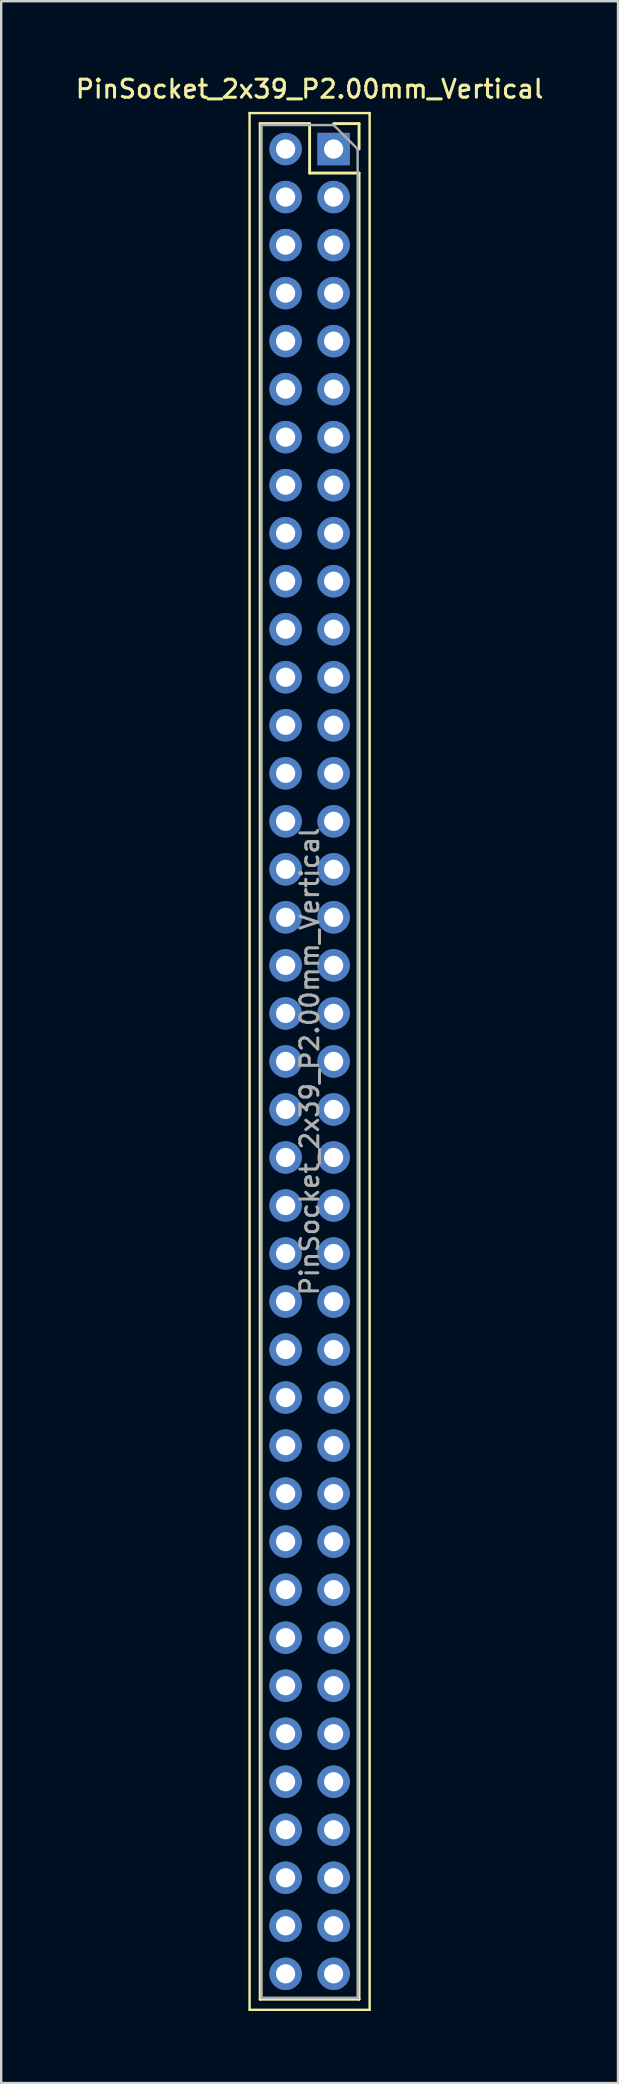
<source format=kicad_pcb>
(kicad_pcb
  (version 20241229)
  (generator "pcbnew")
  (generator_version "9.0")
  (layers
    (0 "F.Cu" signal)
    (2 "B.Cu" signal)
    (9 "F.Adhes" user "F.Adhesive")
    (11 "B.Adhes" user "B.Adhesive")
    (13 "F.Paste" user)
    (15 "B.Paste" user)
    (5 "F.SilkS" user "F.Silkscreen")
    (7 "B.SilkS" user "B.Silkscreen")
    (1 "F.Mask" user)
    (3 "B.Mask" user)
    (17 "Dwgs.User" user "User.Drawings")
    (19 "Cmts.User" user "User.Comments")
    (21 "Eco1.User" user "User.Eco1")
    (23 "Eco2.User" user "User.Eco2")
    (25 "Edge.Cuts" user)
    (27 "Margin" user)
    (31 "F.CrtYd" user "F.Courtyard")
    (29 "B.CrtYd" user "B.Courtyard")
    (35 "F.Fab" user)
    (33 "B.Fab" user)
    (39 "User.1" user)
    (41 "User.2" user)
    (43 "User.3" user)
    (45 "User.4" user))
  (footprint "PinSocket_2x39_P2.00mm_Vertical"
    (layer "F.Cu")
    (at 10.845 3.158)
    (property "Reference" "PinSocket_2x39_P2.00mm_Vertical" (at -1 -2.5 0) (layer "F.SilkS") (effects (font (size 0.75 0.75) (thickness 0.125))))
    (attr through_hole)
    (fp_line (start -3.5 -1.5) (end 1.5 -1.5) (stroke (width 0.1) (type solid)) (layer "F.SilkS"))
    (fp_line (start -3.5 77.5) (end -3.5 -1.5) (stroke (width 0.1) (type solid)) (layer "F.SilkS"))
    (fp_line (start -3.06 -1.06) (end -3.06 77.06) (stroke (width 0.12) (type solid)) (layer "F.SilkS"))
    (fp_line (start -3.06 -1.06) (end -1 -1.06) (stroke (width 0.12) (type solid)) (layer "F.SilkS"))
    (fp_line (start -3.06 77.06) (end 1.06 77.06) (stroke (width 0.12) (type solid)) (layer "F.SilkS"))
    (fp_line (start -1 -1.06) (end -1 1) (stroke (width 0.12) (type solid)) (layer "F.SilkS"))
    (fp_line (start -1 1) (end 1.06 1) (stroke (width 0.12) (type solid)) (layer "F.SilkS"))
    (fp_line (start 0 -1.06) (end 1.06 -1.06) (stroke (width 0.12) (type solid)) (layer "F.SilkS"))
    (fp_line (start 1.06 -1.06) (end 1.06 0) (stroke (width 0.12) (type solid)) (layer "F.SilkS"))
    (fp_line (start 1.06 1) (end 1.06 77.06) (stroke (width 0.12) (type solid)) (layer "F.SilkS"))
    (fp_line (start 1.5 -1.5) (end 1.5 77.5) (stroke (width 0.1) (type solid)) (layer "F.SilkS"))
    (fp_line (start 1.5 77.5) (end -3.5 77.5) (stroke (width 0.1) (type solid)) (layer "F.SilkS"))
    (fp_line (start -3 -1) (end 0 -1) (stroke (width 0.1) (type solid)) (layer "F.Fab"))
    (fp_line (start -3 77) (end -3 -1) (stroke (width 0.1) (type solid)) (layer "F.Fab"))
    (fp_line (start 0 -1) (end 1 0) (stroke (width 0.1) (type solid)) (layer "F.Fab"))
    (fp_line (start 1 0) (end 1 77) (stroke (width 0.1) (type solid)) (layer "F.Fab"))
    (fp_line (start 1 77) (end -3 77) (stroke (width 0.1) (type solid)) (layer "F.Fab"))
    (fp_text user "${REFERENCE}" (at -1 38 90) (layer "F.Fab") (effects (font (size 0.75 0.75) (thickness 0.125))))
    (pad "1" thru_hole rect (at 0 0) (size 1.35 1.35) (drill 0.8) (layers "*.Cu" "*.Mask"))
    (pad "2" thru_hole oval (at -2 0) (size 1.35 1.35) (drill 0.8) (layers "*.Cu" "*.Mask"))
    (pad "3" thru_hole oval (at 0 2) (size 1.35 1.35) (drill 0.8) (layers "*.Cu" "*.Mask"))
    (pad "4" thru_hole oval (at -2 2) (size 1.35 1.35) (drill 0.8) (layers "*.Cu" "*.Mask"))
    (pad "5" thru_hole oval (at 0 4) (size 1.35 1.35) (drill 0.8) (layers "*.Cu" "*.Mask"))
    (pad "6" thru_hole oval (at -2 4) (size 1.35 1.35) (drill 0.8) (layers "*.Cu" "*.Mask"))
    (pad "7" thru_hole oval (at 0 6) (size 1.35 1.35) (drill 0.8) (layers "*.Cu" "*.Mask"))
    (pad "8" thru_hole oval (at -2 6) (size 1.35 1.35) (drill 0.8) (layers "*.Cu" "*.Mask"))
    (pad "9" thru_hole oval (at 0 8) (size 1.35 1.35) (drill 0.8) (layers "*.Cu" "*.Mask"))
    (pad "10" thru_hole oval (at -2 8) (size 1.35 1.35) (drill 0.8) (layers "*.Cu" "*.Mask"))
    (pad "11" thru_hole oval (at 0 10) (size 1.35 1.35) (drill 0.8) (layers "*.Cu" "*.Mask"))
    (pad "12" thru_hole oval (at -2 10) (size 1.35 1.35) (drill 0.8) (layers "*.Cu" "*.Mask"))
    (pad "13" thru_hole oval (at 0 12) (size 1.35 1.35) (drill 0.8) (layers "*.Cu" "*.Mask"))
    (pad "14" thru_hole oval (at -2 12) (size 1.35 1.35) (drill 0.8) (layers "*.Cu" "*.Mask"))
    (pad "15" thru_hole oval (at 0 14) (size 1.35 1.35) (drill 0.8) (layers "*.Cu" "*.Mask"))
    (pad "16" thru_hole oval (at -2 14) (size 1.35 1.35) (drill 0.8) (layers "*.Cu" "*.Mask"))
    (pad "17" thru_hole oval (at 0 16) (size 1.35 1.35) (drill 0.8) (layers "*.Cu" "*.Mask"))
    (pad "18" thru_hole oval (at -2 16) (size 1.35 1.35) (drill 0.8) (layers "*.Cu" "*.Mask"))
    (pad "19" thru_hole oval (at 0 18) (size 1.35 1.35) (drill 0.8) (layers "*.Cu" "*.Mask"))
    (pad "20" thru_hole oval (at -2 18) (size 1.35 1.35) (drill 0.8) (layers "*.Cu" "*.Mask"))
    (pad "21" thru_hole oval (at 0 20) (size 1.35 1.35) (drill 0.8) (layers "*.Cu" "*.Mask"))
    (pad "22" thru_hole oval (at -2 20) (size 1.35 1.35) (drill 0.8) (layers "*.Cu" "*.Mask"))
    (pad "23" thru_hole oval (at 0 22) (size 1.35 1.35) (drill 0.8) (layers "*.Cu" "*.Mask"))
    (pad "24" thru_hole oval (at -2 22) (size 1.35 1.35) (drill 0.8) (layers "*.Cu" "*.Mask"))
    (pad "25" thru_hole oval (at 0 24) (size 1.35 1.35) (drill 0.8) (layers "*.Cu" "*.Mask"))
    (pad "26" thru_hole oval (at -2 24) (size 1.35 1.35) (drill 0.8) (layers "*.Cu" "*.Mask"))
    (pad "27" thru_hole oval (at 0 26) (size 1.35 1.35) (drill 0.8) (layers "*.Cu" "*.Mask"))
    (pad "28" thru_hole oval (at -2 26) (size 1.35 1.35) (drill 0.8) (layers "*.Cu" "*.Mask"))
    (pad "29" thru_hole oval (at 0 28) (size 1.35 1.35) (drill 0.8) (layers "*.Cu" "*.Mask"))
    (pad "30" thru_hole oval (at -2 28) (size 1.35 1.35) (drill 0.8) (layers "*.Cu" "*.Mask"))
    (pad "31" thru_hole oval (at 0 30) (size 1.35 1.35) (drill 0.8) (layers "*.Cu" "*.Mask"))
    (pad "32" thru_hole oval (at -2 30) (size 1.35 1.35) (drill 0.8) (layers "*.Cu" "*.Mask"))
    (pad "33" thru_hole oval (at 0 32) (size 1.35 1.35) (drill 0.8) (layers "*.Cu" "*.Mask"))
    (pad "34" thru_hole oval (at -2 32) (size 1.35 1.35) (drill 0.8) (layers "*.Cu" "*.Mask"))
    (pad "35" thru_hole oval (at 0 34) (size 1.35 1.35) (drill 0.8) (layers "*.Cu" "*.Mask"))
    (pad "36" thru_hole oval (at -2 34) (size 1.35 1.35) (drill 0.8) (layers "*.Cu" "*.Mask"))
    (pad "37" thru_hole oval (at 0 36) (size 1.35 1.35) (drill 0.8) (layers "*.Cu" "*.Mask"))
    (pad "38" thru_hole oval (at -2 36) (size 1.35 1.35) (drill 0.8) (layers "*.Cu" "*.Mask"))
    (pad "39" thru_hole oval (at 0 38) (size 1.35 1.35) (drill 0.8) (layers "*.Cu" "*.Mask"))
    (pad "40" thru_hole oval (at -2 38) (size 1.35 1.35) (drill 0.8) (layers "*.Cu" "*.Mask"))
    (pad "41" thru_hole oval (at 0 40) (size 1.35 1.35) (drill 0.8) (layers "*.Cu" "*.Mask"))
    (pad "42" thru_hole oval (at -2 40) (size 1.35 1.35) (drill 0.8) (layers "*.Cu" "*.Mask"))
    (pad "43" thru_hole oval (at 0 42) (size 1.35 1.35) (drill 0.8) (layers "*.Cu" "*.Mask"))
    (pad "44" thru_hole oval (at -2 42) (size 1.35 1.35) (drill 0.8) (layers "*.Cu" "*.Mask"))
    (pad "45" thru_hole oval (at 0 44) (size 1.35 1.35) (drill 0.8) (layers "*.Cu" "*.Mask"))
    (pad "46" thru_hole oval (at -2 44) (size 1.35 1.35) (drill 0.8) (layers "*.Cu" "*.Mask"))
    (pad "47" thru_hole oval (at 0 46) (size 1.35 1.35) (drill 0.8) (layers "*.Cu" "*.Mask"))
    (pad "48" thru_hole oval (at -2 46) (size 1.35 1.35) (drill 0.8) (layers "*.Cu" "*.Mask"))
    (pad "49" thru_hole oval (at 0 48) (size 1.35 1.35) (drill 0.8) (layers "*.Cu" "*.Mask"))
    (pad "50" thru_hole oval (at -2 48) (size 1.35 1.35) (drill 0.8) (layers "*.Cu" "*.Mask"))
    (pad "51" thru_hole oval (at 0 50) (size 1.35 1.35) (drill 0.8) (layers "*.Cu" "*.Mask"))
    (pad "52" thru_hole oval (at -2 50) (size 1.35 1.35) (drill 0.8) (layers "*.Cu" "*.Mask"))
    (pad "53" thru_hole oval (at 0 52) (size 1.35 1.35) (drill 0.8) (layers "*.Cu" "*.Mask"))
    (pad "54" thru_hole oval (at -2 52) (size 1.35 1.35) (drill 0.8) (layers "*.Cu" "*.Mask"))
    (pad "55" thru_hole oval (at 0 54) (size 1.35 1.35) (drill 0.8) (layers "*.Cu" "*.Mask"))
    (pad "56" thru_hole oval (at -2 54) (size 1.35 1.35) (drill 0.8) (layers "*.Cu" "*.Mask"))
    (pad "57" thru_hole oval (at 0 56) (size 1.35 1.35) (drill 0.8) (layers "*.Cu" "*.Mask"))
    (pad "58" thru_hole oval (at -2 56) (size 1.35 1.35) (drill 0.8) (layers "*.Cu" "*.Mask"))
    (pad "59" thru_hole oval (at 0 58) (size 1.35 1.35) (drill 0.8) (layers "*.Cu" "*.Mask"))
    (pad "60" thru_hole oval (at -2 58) (size 1.35 1.35) (drill 0.8) (layers "*.Cu" "*.Mask"))
    (pad "61" thru_hole oval (at 0 60) (size 1.35 1.35) (drill 0.8) (layers "*.Cu" "*.Mask"))
    (pad "62" thru_hole oval (at -2 60) (size 1.35 1.35) (drill 0.8) (layers "*.Cu" "*.Mask"))
    (pad "63" thru_hole oval (at 0 62) (size 1.35 1.35) (drill 0.8) (layers "*.Cu" "*.Mask"))
    (pad "64" thru_hole oval (at -2 62) (size 1.35 1.35) (drill 0.8) (layers "*.Cu" "*.Mask"))
    (pad "65" thru_hole oval (at 0 64) (size 1.35 1.35) (drill 0.8) (layers "*.Cu" "*.Mask"))
    (pad "66" thru_hole oval (at -2 64) (size 1.35 1.35) (drill 0.8) (layers "*.Cu" "*.Mask"))
    (pad "67" thru_hole oval (at 0 66) (size 1.35 1.35) (drill 0.8) (layers "*.Cu" "*.Mask"))
    (pad "68" thru_hole oval (at -2 66) (size 1.35 1.35) (drill 0.8) (layers "*.Cu" "*.Mask"))
    (pad "69" thru_hole oval (at 0 68) (size 1.35 1.35) (drill 0.8) (layers "*.Cu" "*.Mask"))
    (pad "70" thru_hole oval (at -2 68) (size 1.35 1.35) (drill 0.8) (layers "*.Cu" "*.Mask"))
    (pad "71" thru_hole oval (at 0 70) (size 1.35 1.35) (drill 0.8) (layers "*.Cu" "*.Mask"))
    (pad "72" thru_hole oval (at -2 70) (size 1.35 1.35) (drill 0.8) (layers "*.Cu" "*.Mask"))
    (pad "73" thru_hole oval (at 0 72) (size 1.35 1.35) (drill 0.8) (layers "*.Cu" "*.Mask"))
    (pad "74" thru_hole oval (at -2 72) (size 1.35 1.35) (drill 0.8) (layers "*.Cu" "*.Mask"))
    (pad "75" thru_hole oval (at 0 74) (size 1.35 1.35) (drill 0.8) (layers "*.Cu" "*.Mask"))
    (pad "76" thru_hole oval (at -2 74) (size 1.35 1.35) (drill 0.8) (layers "*.Cu" "*.Mask"))
    (pad "77" thru_hole oval (at 0 76) (size 1.35 1.35) (drill 0.8) (layers "*.Cu" "*.Mask"))
    (pad "78" thru_hole oval (at -2 76) (size 1.35 1.35) (drill 0.8) (layers "*.Cu" "*.Mask")))
  (gr_rect
    (start -3 -3)
    (end 22.689 83.708)
    (stroke (width 0.1) (type default))
    (fill no)
    (layer "Edge.Cuts")))
</source>
